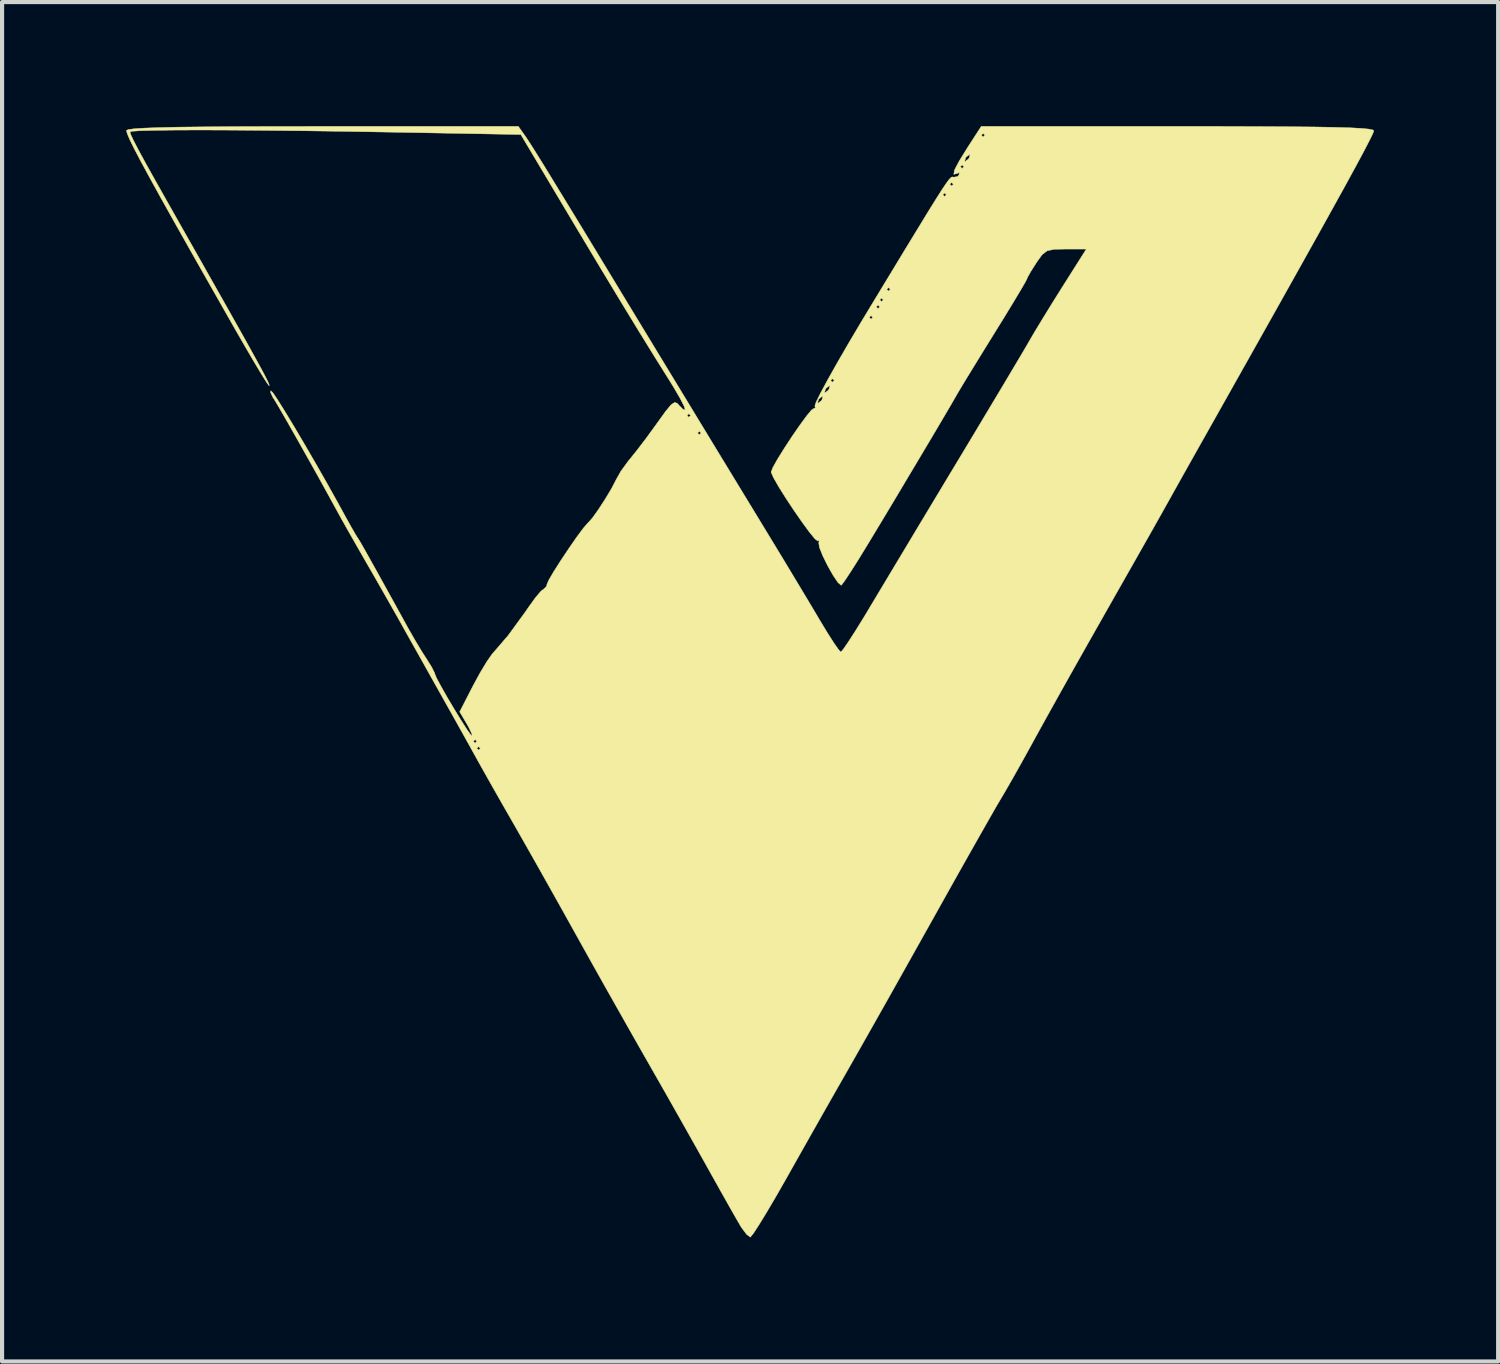
<source format=kicad_pcb>
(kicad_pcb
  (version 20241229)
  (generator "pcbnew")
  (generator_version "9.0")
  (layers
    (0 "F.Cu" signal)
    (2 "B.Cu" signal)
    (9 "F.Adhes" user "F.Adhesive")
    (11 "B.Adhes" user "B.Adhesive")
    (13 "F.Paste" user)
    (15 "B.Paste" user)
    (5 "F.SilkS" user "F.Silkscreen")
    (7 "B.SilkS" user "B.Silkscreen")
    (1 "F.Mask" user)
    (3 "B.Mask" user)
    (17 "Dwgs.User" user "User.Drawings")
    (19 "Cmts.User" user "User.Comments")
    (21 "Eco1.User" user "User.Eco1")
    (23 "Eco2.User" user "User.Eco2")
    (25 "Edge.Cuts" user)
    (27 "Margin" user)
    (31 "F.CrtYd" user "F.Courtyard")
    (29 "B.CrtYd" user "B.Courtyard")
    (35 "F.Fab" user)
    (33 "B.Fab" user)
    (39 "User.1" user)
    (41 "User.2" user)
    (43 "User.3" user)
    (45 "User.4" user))
  (footprint "logo11"
    (layer "F.Cu")
    (at 15.076 13.382)
    (property "Reference" "logo11" (at 0 0 0) (layer "F.SilkS") (effects (font (size 1.524 1.524) (thickness 0.3))))
    (attr through_hole)
    (fp_poly (pts (xy -5.436 -13.145) (xy -5.383 -13.067) (xy -5.317 -12.966) (xy -5.23 -12.83) (xy -5.116 -12.647) (xy -4.967 -12.407) (xy -4.777 -12.096) (xy -4.538 -11.705) (xy -4.243 -11.222) (xy -3.886 -10.635) (xy -3.46 -9.932) (xy -2.957 -9.103) (xy -2.622 -8.551) (xy -2.188 -7.836) (xy -1.73 -7.082) (xy -1.268 -6.321) (xy -0.822 -5.586) (xy -0.411 -4.911) (xy -0.056 -4.327) (xy 0.13 -4.022) (xy 0.463 -3.474) (xy 0.797 -2.924) (xy 1.11 -2.404) (xy 1.384 -1.948) (xy 1.599 -1.588) (xy 1.674 -1.46) (xy 1.867 -1.141) (xy 2.031 -0.885) (xy 2.147 -0.721) (xy 2.192 -0.677) (xy 2.253 -0.746) (xy 2.383 -0.936) (xy 2.566 -1.221) (xy 2.784 -1.575) (xy 2.893 -1.757) (xy 3.098 -2.1) (xy 3.374 -2.56) (xy 3.704 -3.11) (xy 4.071 -3.722) (xy 4.46 -4.369) (xy 4.854 -5.024) (xy 5.041 -5.334) (xy 5.405 -5.939) (xy 5.749 -6.514) (xy 6.062 -7.036) (xy 6.331 -7.488) (xy 6.546 -7.849) (xy 6.693 -8.099) (xy 6.75 -8.198) (xy 6.876 -8.414) (xy 7.067 -8.729) (xy 7.297 -9.103) (xy 7.539 -9.489) (xy 8.124 -10.414) (xy 7.629 -10.414) (xy 7.347 -10.408) (xy 7.175 -10.371) (xy 7.053 -10.275) (xy 6.921 -10.092) (xy 6.912 -10.077) (xy 6.781 -9.87) (xy 6.7 -9.726) (xy 6.689 -9.694) (xy 6.646 -9.61) (xy 6.528 -9.407) (xy 6.349 -9.109) (xy 6.124 -8.74) (xy 5.914 -8.401) (xy 5.647 -7.969) (xy 5.4 -7.568) (xy 5.192 -7.228) (xy 5.042 -6.978) (xy 4.98 -6.872) (xy 4.858 -6.66) (xy 4.664 -6.33) (xy 4.415 -5.908) (xy 4.125 -5.421) (xy 3.812 -4.896) (xy 3.492 -4.359) (xy 3.179 -3.838) (xy 2.89 -3.359) (xy 2.844 -3.283) (xy 2.623 -2.922) (xy 2.431 -2.619) (xy 2.288 -2.402) (xy 2.208 -2.295) (xy 2.2 -2.289) (xy 2.122 -2.356) (xy 2.005 -2.53) (xy 1.874 -2.761) (xy 1.755 -3.002) (xy 1.675 -3.203) (xy 1.658 -3.314) (xy 1.659 -3.315) (xy 1.669 -3.374) (xy 1.634 -3.36) (xy 1.567 -3.41) (xy 1.434 -3.572) (xy 1.258 -3.812) (xy 1.061 -4.096) (xy 0.865 -4.392) (xy 0.693 -4.666) (xy 0.567 -4.886) (xy 0.509 -5.017) (xy 0.508 -5.028) (xy 0.551 -5.139) (xy 0.665 -5.342) (xy 0.827 -5.602) (xy 1.013 -5.886) (xy 1.2 -6.157) (xy 1.365 -6.382) (xy 1.484 -6.525) (xy 1.531 -6.557) (xy 1.575 -6.574) (xy 1.564 -6.622) (xy 1.587 -6.694) (xy 1.629 -6.694) (xy 1.641 -6.689) (xy 1.718 -6.748) (xy 1.736 -6.773) (xy 1.757 -6.852) (xy 1.746 -6.858) (xy 1.668 -6.798) (xy 1.651 -6.773) (xy 1.629 -6.694) (xy 1.587 -6.694) (xy 1.596 -6.719) (xy 1.706 -6.943) (xy 1.709 -6.948) (xy 1.799 -6.948) (xy 1.81 -6.943) (xy 1.888 -7.002) (xy 1.905 -7.027) (xy 1.927 -7.106) (xy 1.915 -7.112) (xy 1.838 -7.052) (xy 1.82 -7.027) (xy 1.799 -6.948) (xy 1.709 -6.948) (xy 1.867 -7.239) (xy 1.947 -7.239) (xy 1.99 -7.197) (xy 2.032 -7.239) (xy 1.99 -7.281) (xy 1.947 -7.239) (xy 1.867 -7.239) (xy 1.885 -7.273) (xy 2.122 -7.694) (xy 2.407 -8.185) (xy 2.73 -8.729) (xy 2.751 -8.763) (xy 2.879 -8.763) (xy 2.921 -8.721) (xy 2.963 -8.763) (xy 2.921 -8.805) (xy 2.879 -8.763) (xy 2.751 -8.763) (xy 2.904 -9.017) (xy 3.048 -9.017) (xy 3.09 -8.975) (xy 3.133 -9.017) (xy 3.09 -9.059) (xy 3.048 -9.017) (xy 2.904 -9.017) (xy 2.905 -9.018) (xy 3.007 -9.186) (xy 3.133 -9.186) (xy 3.175 -9.144) (xy 3.217 -9.186) (xy 3.175 -9.229) (xy 3.133 -9.186) (xy 3.007 -9.186) (xy 3.16 -9.44) (xy 3.302 -9.44) (xy 3.344 -9.398) (xy 3.387 -9.44) (xy 3.344 -9.483) (xy 3.302 -9.44) (xy 3.16 -9.44) (xy 3.366 -9.779) (xy 3.747 -10.408) (xy 4.057 -10.916) (xy 4.302 -11.317) (xy 4.492 -11.623) (xy 4.558 -11.726) (xy 4.657 -11.726) (xy 4.699 -11.684) (xy 4.741 -11.726) (xy 4.699 -11.769) (xy 4.657 -11.726) (xy 4.558 -11.726) (xy 4.634 -11.846) (xy 4.724 -11.98) (xy 4.826 -11.98) (xy 4.868 -11.938) (xy 4.911 -11.98) (xy 4.868 -12.023) (xy 4.826 -11.98) (xy 4.724 -11.98) (xy 4.736 -11.998) (xy 4.806 -12.093) (xy 4.853 -12.142) (xy 4.883 -12.158) (xy 4.905 -12.153) (xy 4.912 -12.149) (xy 5.013 -12.166) (xy 5.045 -12.204) (xy 5.056 -12.263) (xy 5.008 -12.242) (xy 4.921 -12.219) (xy 4.937 -12.321) (xy 4.981 -12.404) (xy 5.08 -12.404) (xy 5.122 -12.361) (xy 5.165 -12.404) (xy 5.122 -12.446) (xy 5.08 -12.404) (xy 4.981 -12.404) (xy 5.05 -12.536) (xy 5.185 -12.536) (xy 5.197 -12.531) (xy 5.274 -12.59) (xy 5.292 -12.615) (xy 5.313 -12.694) (xy 5.302 -12.7) (xy 5.224 -12.64) (xy 5.207 -12.615) (xy 5.185 -12.536) (xy 5.05 -12.536) (xy 5.058 -12.55) (xy 5.247 -12.856) (xy 5.447 -13.166) (xy 5.588 -13.166) (xy 5.63 -13.123) (xy 5.673 -13.166) (xy 5.63 -13.208) (xy 5.588 -13.166) (xy 5.447 -13.166) (xy 5.584 -13.377) (xy 10.327 -13.377) (xy 11.384 -13.377) (xy 12.282 -13.374) (xy 13.033 -13.37) (xy 13.647 -13.364) (xy 14.135 -13.355) (xy 14.508 -13.344) (xy 14.778 -13.329) (xy 14.953 -13.312) (xy 15.047 -13.292) (xy 15.07 -13.271) (xy 15.046 -13.203) (xy 14.97 -13.047) (xy 14.841 -12.798) (xy 14.654 -12.449) (xy 14.407 -11.996) (xy 14.095 -11.431) (xy 13.716 -10.749) (xy 13.267 -9.945) (xy 12.744 -9.011) (xy 12.144 -7.943) (xy 11.463 -6.733) (xy 11.414 -6.646) (xy 11.102 -6.091) (xy 10.806 -5.566) (xy 10.54 -5.093) (xy 10.318 -4.697) (xy 10.153 -4.401) (xy 10.059 -4.233) (xy 9.947 -4.033) (xy 9.77 -3.718) (xy 9.547 -3.324) (xy 9.296 -2.881) (xy 9.102 -2.54) (xy 8.61 -1.673) (xy 8.189 -0.93) (xy 7.827 -0.289) (xy 7.512 0.273) (xy 7.231 0.777) (xy 6.971 1.246) (xy 6.772 1.609) (xy 6.553 2.005) (xy 6.345 2.375) (xy 6.171 2.678) (xy 6.054 2.875) (xy 6.05 2.882) (xy 5.964 3.027) (xy 5.808 3.3) (xy 5.591 3.681) (xy 5.325 4.151) (xy 5.021 4.69) (xy 4.691 5.279) (xy 4.445 5.719) (xy 4.074 6.381) (xy 3.698 7.052) (xy 3.332 7.704) (xy 2.992 8.306) (xy 2.695 8.831) (xy 2.457 9.25) (xy 2.373 9.398) (xy 2.106 9.865) (xy 1.787 10.426) (xy 1.445 11.03) (xy 1.11 11.623) (xy 0.897 12.002) (xy 0.642 12.449) (xy 0.412 12.84) (xy 0.22 13.155) (xy 0.081 13.369) (xy 0.007 13.46) (xy 0.003 13.462) (xy -0.084 13.396) (xy -0.207 13.233) (xy -0.235 13.187) (xy -0.333 13.018) (xy -0.495 12.734) (xy -0.701 12.368) (xy -0.933 11.954) (xy -1.06 11.726) (xy -1.34 11.227) (xy -1.671 10.639) (xy -2.019 10.024) (xy -2.352 9.44) (xy -2.497 9.186) (xy -2.791 8.67) (xy -3.138 8.057) (xy -3.509 7.4) (xy -3.874 6.749) (xy -4.191 6.181) (xy -4.506 5.615) (xy -4.839 5.021) (xy -5.165 4.441) (xy -5.461 3.919) (xy -5.7 3.499) (xy -5.716 3.471) (xy -5.964 3.039) (xy -6.208 2.61) (xy -6.423 2.229) (xy -6.584 1.942) (xy -6.604 1.905) (xy -6.745 1.651) (xy -6.604 1.651) (xy -6.562 1.693) (xy -6.519 1.651) (xy -6.562 1.609) (xy -6.604 1.651) (xy -6.745 1.651) (xy -6.752 1.637) (xy -6.839 1.482) (xy -6.689 1.482) (xy -6.646 1.524) (xy -6.604 1.482) (xy -6.646 1.439) (xy -6.689 1.482) (xy -6.839 1.482) (xy -6.958 1.268) (xy -7.196 0.842) (xy -7.441 0.406) (xy -7.478 0.339) (xy -7.731 -0.111) (xy -7.99 -0.574) (xy -8.228 -0.997) (xy -8.414 -1.329) (xy -8.428 -1.355) (xy -8.627 -1.708) (xy -8.873 -2.141) (xy -9.128 -2.587) (xy -9.27 -2.832) (xy -9.493 -3.221) (xy -9.712 -3.605) (xy -9.896 -3.932) (xy -9.989 -4.102) (xy -10.224 -4.53) (xy -10.476 -4.986) (xy -10.732 -5.443) (xy -10.976 -5.876) (xy -11.194 -6.259) (xy -11.37 -6.565) (xy -11.492 -6.769) (xy -11.537 -6.839) (xy -11.59 -6.955) (xy -11.58 -6.991) (xy -11.527 -6.934) (xy -11.405 -6.752) (xy -11.227 -6.466) (xy -11.006 -6.1) (xy -10.755 -5.675) (xy -10.487 -5.213) (xy -10.216 -4.738) (xy -9.955 -4.27) (xy -9.796 -3.979) (xy -9.653 -3.721) (xy -9.536 -3.518) (xy -9.48 -3.429) (xy -9.449 -3.382) (xy -9.395 -3.29) (xy -9.308 -3.138) (xy -9.18 -2.909) (xy -9.001 -2.588) (xy -8.764 -2.159) (xy -8.458 -1.605) (xy -8.274 -1.27) (xy -8.098 -0.962) (xy -7.919 -0.665) (xy -7.819 -0.51) (xy -7.695 -0.312) (xy -7.626 -0.175) (xy -7.62 -0.152) (xy -7.58 -0.053) (xy -7.473 0.147) (xy -7.324 0.41) (xy -7.154 0.697) (xy -6.986 0.972) (xy -6.842 1.196) (xy -6.745 1.331) (xy -6.719 1.355) (xy -6.728 1.291) (xy -6.805 1.131) (xy -6.845 1.061) (xy -7.018 0.768) (xy -6.697 0.142) (xy -6.526 -0.173) (xy -6.362 -0.445) (xy -6.235 -0.627) (xy -6.214 -0.65) (xy -5.845 -1.079) (xy -5.427 -1.653) (xy -5.356 -1.757) (xy -5.19 -1.987) (xy -5.054 -2.148) (xy -4.983 -2.201) (xy -4.916 -2.269) (xy -4.911 -2.309) (xy -4.865 -2.416) (xy -4.745 -2.621) (xy -4.576 -2.886) (xy -4.384 -3.174) (xy -4.195 -3.447) (xy -4.033 -3.666) (xy -3.924 -3.793) (xy -3.909 -3.806) (xy -3.814 -3.912) (xy -3.668 -4.117) (xy -3.503 -4.37) (xy -3.352 -4.622) (xy -3.247 -4.823) (xy -3.241 -4.837) (xy -3.124 -5.044) (xy -2.95 -5.284) (xy -2.9 -5.345) (xy -2.732 -5.554) (xy -2.51 -5.845) (xy -2.42 -5.969) (xy -1.27 -5.969) (xy -1.228 -5.927) (xy -1.185 -5.969) (xy -1.228 -6.011) (xy -1.27 -5.969) (xy -2.42 -5.969) (xy -2.28 -6.161) (xy -2.244 -6.212) (xy -2.114 -6.392) (xy -1.524 -6.392) (xy -1.482 -6.35) (xy -1.439 -6.392) (xy -1.482 -6.435) (xy -1.524 -6.392) (xy -2.114 -6.392) (xy -2.042 -6.492) (xy -1.909 -6.652) (xy -1.823 -6.709) (xy -1.758 -6.685) (xy -1.722 -6.642) (xy -1.619 -6.538) (xy -1.569 -6.53) (xy -1.594 -6.615) (xy -1.692 -6.808) (xy -1.848 -7.075) (xy -1.952 -7.244) (xy -2.308 -7.812) (xy -2.691 -8.433) (xy -3.115 -9.128) (xy -3.592 -9.917) (xy -4.134 -10.821) (xy -4.485 -11.41) (xy -5.541 -13.181) (xy -8.584 -13.237) (xy -9.689 -13.256) (xy -10.719 -13.271) (xy -11.664 -13.281) (xy -12.512 -13.288) (xy -13.254 -13.291) (xy -13.878 -13.289) (xy -14.374 -13.283) (xy -14.73 -13.274) (xy -14.936 -13.26) (xy -14.986 -13.246) (xy -14.966 -13.178) (xy -14.9 -13.036) (xy -14.781 -12.808) (xy -14.602 -12.479) (xy -14.353 -12.033) (xy -14.028 -11.457) (xy -13.989 -11.388) (xy -13.474 -10.479) (xy -13.037 -9.706) (xy -12.671 -9.059) (xy -12.372 -8.527) (xy -12.132 -8.099) (xy -11.947 -7.764) (xy -11.809 -7.512) (xy -11.714 -7.332) (xy -11.654 -7.213) (xy -11.625 -7.144) (xy -11.62 -7.115) (xy -11.624 -7.112) (xy -11.677 -7.182) (xy -11.799 -7.376) (xy -11.976 -7.671) (xy -12.194 -8.044) (xy -12.425 -8.445) (xy -12.992 -9.441) (xy -13.479 -10.299) (xy -13.891 -11.029) (xy -14.232 -11.638) (xy -14.507 -12.137) (xy -14.722 -12.533) (xy -14.881 -12.837) (xy -14.989 -13.056) (xy -15.05 -13.2) (xy -15.071 -13.277) (xy -15.071 -13.278) (xy -15.027 -13.301) (xy -14.89 -13.32) (xy -14.65 -13.336) (xy -14.297 -13.349) (xy -13.824 -13.36) (xy -13.22 -13.367) (xy -12.475 -13.373) (xy -11.582 -13.376) (xy -10.53 -13.377) (xy -10.335 -13.377) (xy -5.6 -13.377) (xy -5.436 -13.145)) (stroke (width 0.01) (type solid)) (fill yes) (layer "F.SilkS")))
  (gr_rect
    (start -3 -3)
    (end 33.151 29.849)
    (stroke (width 0.1) (type default))
    (fill no)
    (layer "Edge.Cuts")))
</source>
